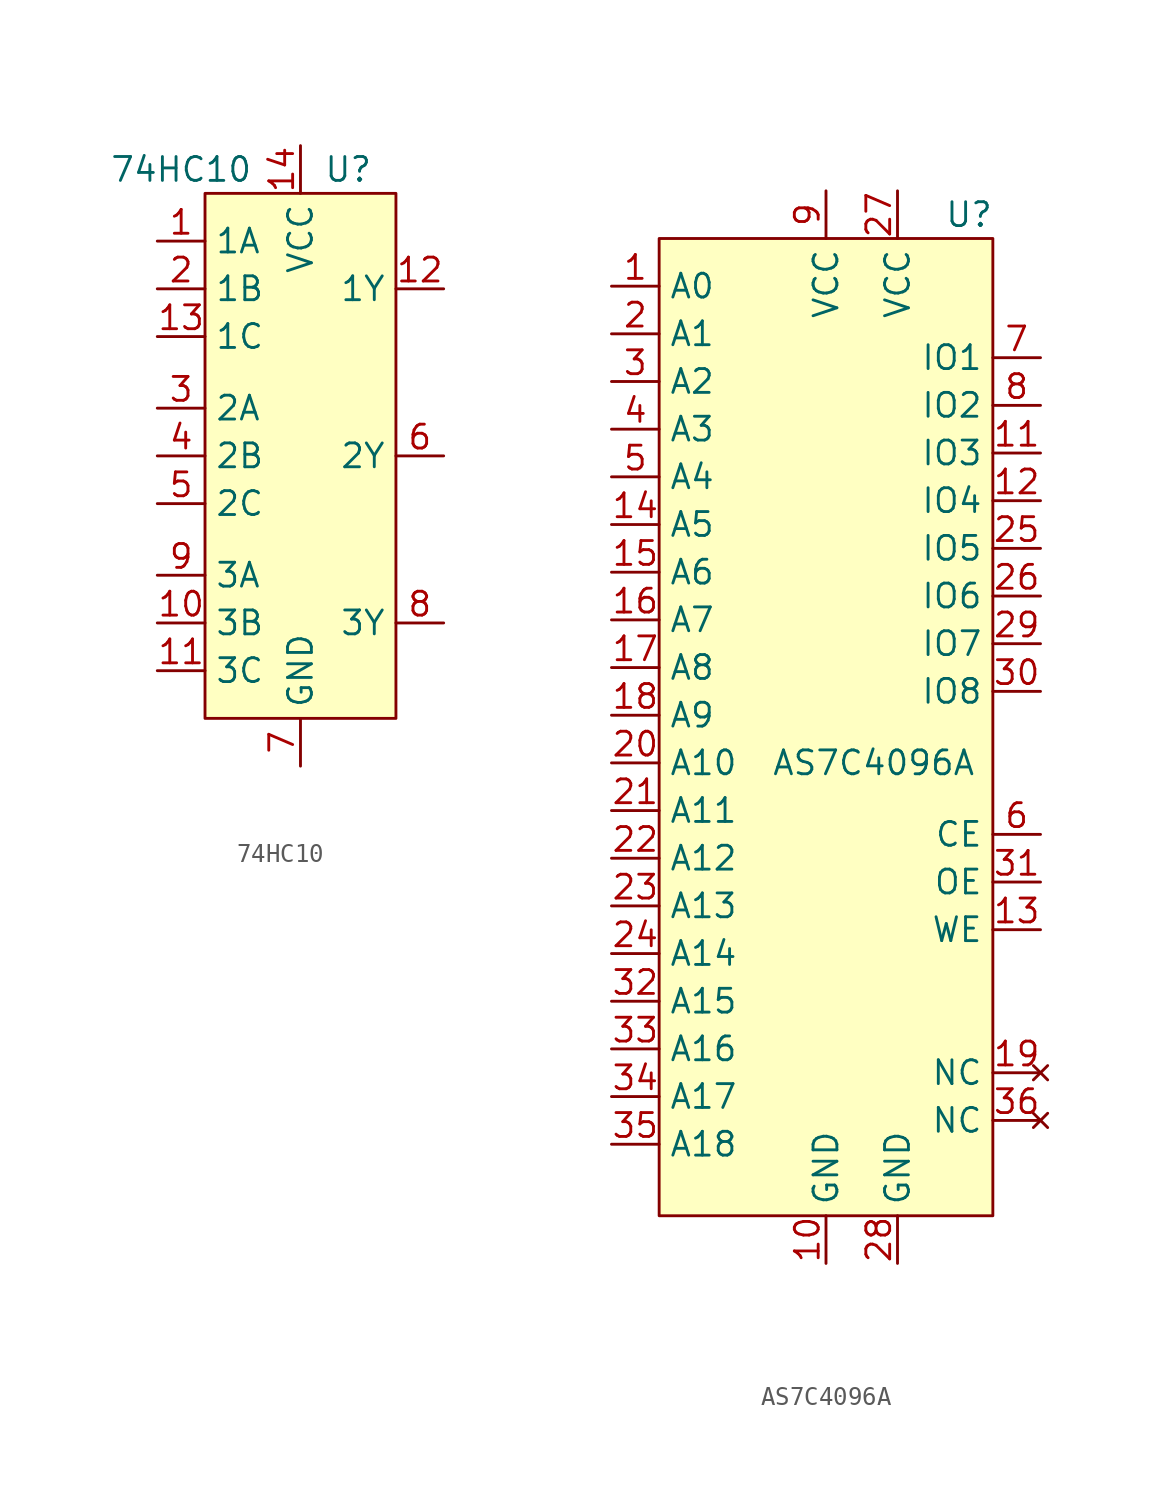
<source format=kicad_sym>
(kicad_symbol_lib
  (version 20211014)
  (generator kicad_symbol_editor)
  (symbol "74HC10"
    (property "Reference" "U"
      (at -2.54 12.7 0)
      (effects (font (size 1.27 1.27))))
    (property "Value" "74HC10"
      (at -11.43 12.7 0)
      (effects (font (size 1.27 1.27))))
    (symbol "74HC10_0_1"
      (rectangle (start -10.16 11.43) (end 0 -16.51) (stroke (width 0) (type default) (color 0 0 0 0)) (fill (type background))))
    (symbol "74HC10_1_1"
      (pin input line (at -12.7 8.89 0) (length 2.54) (name "1A" (effects (font (size 1.27 1.27)))) (number "1" (effects (font (size 1.27 1.27)))))
      (pin input line (at -12.7 -11.43 0) (length 2.54) (name "3B" (effects (font (size 1.27 1.27)))) (number "10" (effects (font (size 1.27 1.27)))))
      (pin input line (at -12.7 -13.97 0) (length 2.54) (name "3C" (effects (font (size 1.27 1.27)))) (number "11" (effects (font (size 1.27 1.27)))))
      (pin output line (at 2.54 6.35 180) (length 2.54) (name "1Y" (effects (font (size 1.27 1.27)))) (number "12" (effects (font (size 1.27 1.27)))))
      (pin input line (at -12.7 3.81 0) (length 2.54) (name "1C" (effects (font (size 1.27 1.27)))) (number "13" (effects (font (size 1.27 1.27)))))
      (pin power_in line (at -5.08 13.97 270) (length 2.54) (name "VCC" (effects (font (size 1.27 1.27)))) (number "14" (effects (font (size 1.27 1.27)))))
      (pin input line (at -12.7 6.35 0) (length 2.54) (name "1B" (effects (font (size 1.27 1.27)))) (number "2" (effects (font (size 1.27 1.27)))))
      (pin input line (at -12.7 0 0) (length 2.54) (name "2A" (effects (font (size 1.27 1.27)))) (number "3" (effects (font (size 1.27 1.27)))))
      (pin input line (at -12.7 -2.54 0) (length 2.54) (name "2B" (effects (font (size 1.27 1.27)))) (number "4" (effects (font (size 1.27 1.27)))))
      (pin input line (at -12.7 -5.08 0) (length 2.54) (name "2C" (effects (font (size 1.27 1.27)))) (number "5" (effects (font (size 1.27 1.27)))))
      (pin output line (at 2.54 -2.54 180) (length 2.54) (name "2Y" (effects (font (size 1.27 1.27)))) (number "6" (effects (font (size 1.27 1.27)))))
      (pin power_in line (at -5.08 -19.05 90) (length 2.54) (name "GND" (effects (font (size 1.27 1.27)))) (number "7" (effects (font (size 1.27 1.27)))))
      (pin output line (at 2.54 -11.43 180) (length 2.54) (name "3Y" (effects (font (size 1.27 1.27)))) (number "8" (effects (font (size 1.27 1.27)))))
      (pin input line (at -12.7 -8.89 0) (length 2.54) (name "3A" (effects (font (size 1.27 1.27)))) (number "9" (effects (font (size 1.27 1.27)))))))
  (symbol "AS7C4096A"
    (property "Reference" "U"
      (at 6.35 31.75 0)
      (effects (font (size 1.27 1.27))))
    (property "Value" "AS7C4096A"
      (at 1.27 2.54 0)
      (effects (font (size 1.27 1.27))))
    (symbol "AS7C4096A_0_1"
      (rectangle (start -10.16 30.48) (end 7.62 -21.59) (stroke (width 0) (type default) (color 0 0 0 0)) (fill (type background))))
    (symbol "AS7C4096A_1_1"
      (pin input line (at -12.7 27.94 0) (length 2.54) (name "A0" (effects (font (size 1.27 1.27)))) (number "1" (effects (font (size 1.27 1.27)))))
      (pin power_in line (at -1.27 -24.13 90) (length 2.54) (name "GND" (effects (font (size 1.27 1.27)))) (number "10" (effects (font (size 1.27 1.27)))))
      (pin bidirectional line (at 10.16 19.05 180) (length 2.54) (name "IO3" (effects (font (size 1.27 1.27)))) (number "11" (effects (font (size 1.27 1.27)))))
      (pin bidirectional line (at 10.16 16.51 180) (length 2.54) (name "IO4" (effects (font (size 1.27 1.27)))) (number "12" (effects (font (size 1.27 1.27)))))
      (pin input line (at 10.16 -6.35 180) (length 2.54) (name "WE" (effects (font (size 1.27 1.27)))) (number "13" (effects (font (size 1.27 1.27)))))
      (pin input line (at -12.7 15.24 0) (length 2.54) (name "A5" (effects (font (size 1.27 1.27)))) (number "14" (effects (font (size 1.27 1.27)))))
      (pin input line (at -12.7 12.7 0) (length 2.54) (name "A6" (effects (font (size 1.27 1.27)))) (number "15" (effects (font (size 1.27 1.27)))))
      (pin input line (at -12.7 10.16 0) (length 2.54) (name "A7" (effects (font (size 1.27 1.27)))) (number "16" (effects (font (size 1.27 1.27)))))
      (pin input line (at -12.7 7.62 0) (length 2.54) (name "A8" (effects (font (size 1.27 1.27)))) (number "17" (effects (font (size 1.27 1.27)))))
      (pin input line (at -12.7 5.08 0) (length 2.54) (name "A9" (effects (font (size 1.27 1.27)))) (number "18" (effects (font (size 1.27 1.27)))))
      (pin no_connect line (at 10.16 -13.97 180) (length 2.54) (name "NC" (effects (font (size 1.27 1.27)))) (number "19" (effects (font (size 1.27 1.27)))))
      (pin input line (at -12.7 25.4 0) (length 2.54) (name "A1" (effects (font (size 1.27 1.27)))) (number "2" (effects (font (size 1.27 1.27)))))
      (pin input line (at -12.7 2.54 0) (length 2.54) (name "A10" (effects (font (size 1.27 1.27)))) (number "20" (effects (font (size 1.27 1.27)))))
      (pin input line (at -12.7 0 0) (length 2.54) (name "A11" (effects (font (size 1.27 1.27)))) (number "21" (effects (font (size 1.27 1.27)))))
      (pin input line (at -12.7 -2.54 0) (length 2.54) (name "A12" (effects (font (size 1.27 1.27)))) (number "22" (effects (font (size 1.27 1.27)))))
      (pin input line (at -12.7 -5.08 0) (length 2.54) (name "A13" (effects (font (size 1.27 1.27)))) (number "23" (effects (font (size 1.27 1.27)))))
      (pin input line (at -12.7 -7.62 0) (length 2.54) (name "A14" (effects (font (size 1.27 1.27)))) (number "24" (effects (font (size 1.27 1.27)))))
      (pin bidirectional line (at 10.16 13.97 180) (length 2.54) (name "IO5" (effects (font (size 1.27 1.27)))) (number "25" (effects (font (size 1.27 1.27)))))
      (pin bidirectional line (at 10.16 11.43 180) (length 2.54) (name "IO6" (effects (font (size 1.27 1.27)))) (number "26" (effects (font (size 1.27 1.27)))))
      (pin power_in line (at 2.54 33.02 270) (length 2.54) (name "VCC" (effects (font (size 1.27 1.27)))) (number "27" (effects (font (size 1.27 1.27)))))
      (pin power_in line (at 2.54 -24.13 90) (length 2.54) (name "GND" (effects (font (size 1.27 1.27)))) (number "28" (effects (font (size 1.27 1.27)))))
      (pin bidirectional line (at 10.16 8.89 180) (length 2.54) (name "IO7" (effects (font (size 1.27 1.27)))) (number "29" (effects (font (size 1.27 1.27)))))
      (pin input line (at -12.7 22.86 0) (length 2.54) (name "A2" (effects (font (size 1.27 1.27)))) (number "3" (effects (font (size 1.27 1.27)))))
      (pin bidirectional line (at 10.16 6.35 180) (length 2.54) (name "IO8" (effects (font (size 1.27 1.27)))) (number "30" (effects (font (size 1.27 1.27)))))
      (pin input line (at 10.16 -3.81 180) (length 2.54) (name "OE" (effects (font (size 1.27 1.27)))) (number "31" (effects (font (size 1.27 1.27)))))
      (pin input line (at -12.7 -10.16 0) (length 2.54) (name "A15" (effects (font (size 1.27 1.27)))) (number "32" (effects (font (size 1.27 1.27)))))
      (pin input line (at -12.7 -12.7 0) (length 2.54) (name "A16" (effects (font (size 1.27 1.27)))) (number "33" (effects (font (size 1.27 1.27)))))
      (pin input line (at -12.7 -15.24 0) (length 2.54) (name "A17" (effects (font (size 1.27 1.27)))) (number "34" (effects (font (size 1.27 1.27)))))
      (pin input line (at -12.7 -17.78 0) (length 2.54) (name "A18" (effects (font (size 1.27 1.27)))) (number "35" (effects (font (size 1.27 1.27)))))
      (pin no_connect line (at 10.16 -16.51 180) (length 2.54) (name "NC" (effects (font (size 1.27 1.27)))) (number "36" (effects (font (size 1.27 1.27)))))
      (pin input line (at -12.7 20.32 0) (length 2.54) (name "A3" (effects (font (size 1.27 1.27)))) (number "4" (effects (font (size 1.27 1.27)))))
      (pin input line (at -12.7 17.78 0) (length 2.54) (name "A4" (effects (font (size 1.27 1.27)))) (number "5" (effects (font (size 1.27 1.27)))))
      (pin input line (at 10.16 -1.27 180) (length 2.54) (name "CE" (effects (font (size 1.27 1.27)))) (number "6" (effects (font (size 1.27 1.27)))))
      (pin bidirectional line (at 10.16 24.13 180) (length 2.54) (name "IO1" (effects (font (size 1.27 1.27)))) (number "7" (effects (font (size 1.27 1.27)))))
      (pin bidirectional line (at 10.16 21.59 180) (length 2.54) (name "IO2" (effects (font (size 1.27 1.27)))) (number "8" (effects (font (size 1.27 1.27)))))
      (pin power_in line (at -1.27 33.02 270) (length 2.54) (name "VCC" (effects (font (size 1.27 1.27)))) (number "9" (effects (font (size 1.27 1.27))))))))
</source>
